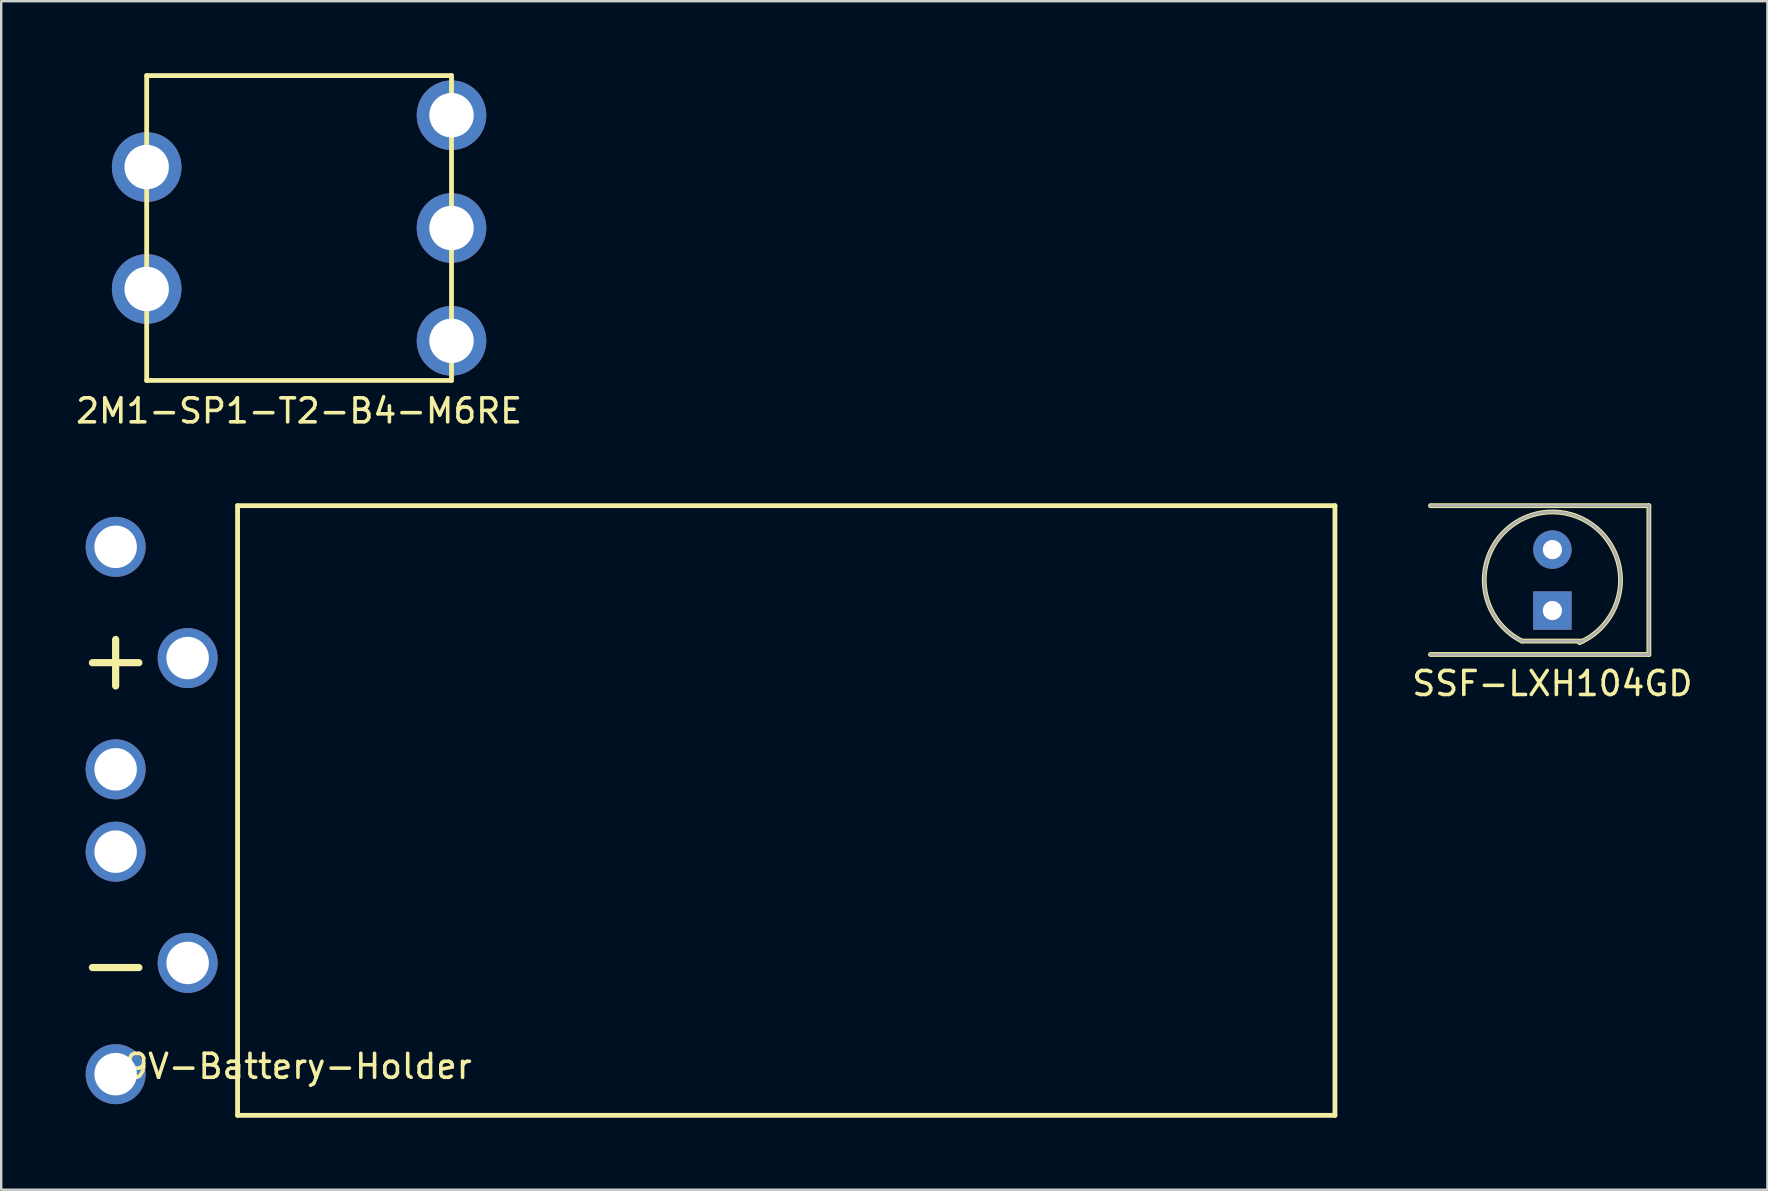
<source format=kicad_pcb>
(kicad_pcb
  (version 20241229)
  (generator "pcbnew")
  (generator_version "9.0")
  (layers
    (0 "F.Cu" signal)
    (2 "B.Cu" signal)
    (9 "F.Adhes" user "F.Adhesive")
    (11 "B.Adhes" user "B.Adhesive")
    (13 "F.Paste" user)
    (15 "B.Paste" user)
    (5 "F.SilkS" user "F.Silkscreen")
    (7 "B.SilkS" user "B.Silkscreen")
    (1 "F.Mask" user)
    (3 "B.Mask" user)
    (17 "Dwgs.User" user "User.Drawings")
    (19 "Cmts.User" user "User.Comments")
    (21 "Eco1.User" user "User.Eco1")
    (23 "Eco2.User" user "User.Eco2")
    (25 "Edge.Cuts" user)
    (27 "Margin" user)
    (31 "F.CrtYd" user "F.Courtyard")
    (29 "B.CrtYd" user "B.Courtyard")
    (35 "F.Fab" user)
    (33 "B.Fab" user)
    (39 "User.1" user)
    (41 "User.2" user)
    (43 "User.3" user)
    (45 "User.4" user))
  (footprint "SSF-LXH104GD"
    (layer "F.Cu")
    (at 61.627 21.118)
    (property "Reference" "SSF-LXH104GD" (at 0 4.31 0) (layer "F.SilkS") (effects (font (size 1 1) (thickness 0.15))))
    (attr through_hole)
    (fp_line (start -5.08 -3.1) (end 4.02 -3.1) (stroke (width 0.2) (type solid)) (layer "F.SilkS"))
    (fp_line (start -5.08 3.1) (end 4.02 3.1) (stroke (width 0.2) (type solid)) (layer "F.SilkS"))
    (fp_line (start -1.27 2.54) (end 1.27 2.54) (stroke (width 0.2) (type solid)) (layer "F.SilkS"))
    (fp_line (start 4.02 -3.1) (end 4.02 3.1) (stroke (width 0.2) (type solid)) (layer "F.SilkS"))
    (fp_arc (start -1.27 2.54) (mid 0.07756 -2.838747) (end 1.129413 2.605557) (stroke (width 0.2) (type solid)) (layer "F.SilkS"))
    (fp_line (start -5.08 -3.1) (end 4.02 -3.1) (stroke (width 0.12) (type solid)) (layer "F.Fab"))
    (fp_line (start -5.08 3.1) (end 4.02 3.1) (stroke (width 0.12) (type solid)) (layer "F.Fab"))
    (fp_line (start -1.27 2.54) (end 1.27 2.54) (stroke (width 0.12) (type solid)) (layer "F.Fab"))
    (fp_line (start 4.02 3.1) (end 4.02 -3.1) (stroke (width 0.12) (type solid)) (layer "F.Fab"))
    (fp_arc (start -1.27 2.54) (mid 0.07756 -2.838747) (end 1.129413 2.605557) (stroke (width 0.12) (type solid)) (layer "F.Fab"))
    (pad "1" thru_hole rect (at 0 1.27) (size 1.6 1.6) (drill 0.8) (layers "*.Cu" "*.Mask"))
    (pad "2" thru_hole circle (at 0 -1.27) (size 1.6 1.6) (drill 0.8) (layers "*.Cu" "*.Mask")))
  (footprint "2M1-SP1-T2-B4-M6RE"
    (layer "F.Cu")
    (at 15.761 6.45)
    (property "Reference" "2M1-SP1-T2-B4-M6RE" (at -6.35 7.62 0) (layer "F.SilkS") (effects (font (size 1 1) (thickness 0.15))))
    (attr through_hole)
    (fp_line (start -12.7 -6.35) (end 0 -6.35) (stroke (width 0.2) (type solid)) (layer "F.SilkS"))
    (fp_line (start -12.7 6.35) (end -12.7 -6.35) (stroke (width 0.2) (type solid)) (layer "F.SilkS"))
    (fp_line (start 0 -6.35) (end 0 6.35) (stroke (width 0.2) (type solid)) (layer "F.SilkS"))
    (fp_line (start 0 6.35) (end -12.7 6.35) (stroke (width 0.2) (type solid)) (layer "F.SilkS"))
    (pad "" thru_hole circle (at -12.7 -2.54) (size 2.9 2.9) (drill 1.85) (layers "*.Cu" "*.Mask"))
    (pad "" thru_hole circle (at -12.7 2.54) (size 2.9 2.9) (drill 1.85) (layers "*.Cu" "*.Mask"))
    (pad "1" thru_hole circle (at 0 4.7) (size 2.9 2.9) (drill 1.85) (layers "*.Cu" "*.Mask"))
    (pad "2" thru_hole circle (at 0 0) (size 2.9 2.9) (drill 1.85) (layers "*.Cu" "*.Mask"))
    (pad "3" thru_hole circle (at 0 -4.7) (size 2.9 2.9) (drill 1.85) (layers "*.Cu" "*.Mask")))
  (footprint "9V-Battery-Holder"
    (layer "F.Cu")
    (at 1.768 30.718)
    (property "Reference" "9V-Battery-Holder" (at 7.62 10.66 0) (layer "F.SilkS") (effects (font (size 1 1) (thickness 0.15))))
    (attr through_hole)
    (fp_line (start 5.08 -12.7) (end 50.8 -12.7) (stroke (width 0.2) (type solid)) (layer "F.SilkS"))
    (fp_line (start 5.08 12.7) (end 5.08 -12.7) (stroke (width 0.2) (type solid)) (layer "F.SilkS"))
    (fp_line (start 50.8 -12.7) (end 50.8 12.7) (stroke (width 0.2) (type solid)) (layer "F.SilkS"))
    (fp_line (start 50.8 12.7) (end 5.08 12.7) (stroke (width 0.2) (type solid)) (layer "F.SilkS"))
    (fp_text user "+" (at 0 -6.35 0) (layer "F.SilkS") (effects (font (size 2.54 2.54) (thickness 0.3))))
    (fp_text user "-" (at 0 6.35 0) (layer "F.SilkS") (effects (font (size 2.54 2.54) (thickness 0.3))))
    (pad "" thru_hole circle (at 0 -10.985) (size 2.5 2.5) (drill 1.77) (layers "*.Cu" "*.Mask"))
    (pad "" thru_hole circle (at 0 -1.715) (size 2.5 2.5) (drill 1.77) (layers "*.Cu" "*.Mask"))
    (pad "" thru_hole circle (at 0 1.715) (size 2.5 2.5) (drill 1.77) (layers "*.Cu" "*.Mask"))
    (pad "" thru_hole circle (at 0 10.985) (size 2.5 2.5) (drill 1.77) (layers "*.Cu" "*.Mask"))
    (pad "1" thru_hole circle (at 3 -6.35) (size 2.5 2.5) (drill 1.77) (layers "*.Cu" "*.Mask"))
    (pad "2" thru_hole circle (at 3 6.35) (size 2.5 2.5) (drill 1.77) (layers "*.Cu" "*.Mask")))
  (gr_rect
    (start -3 -3)
    (end 70.585 46.518)
    (stroke (width 0.1) (type default))
    (fill no)
    (layer "Edge.Cuts")))
</source>
